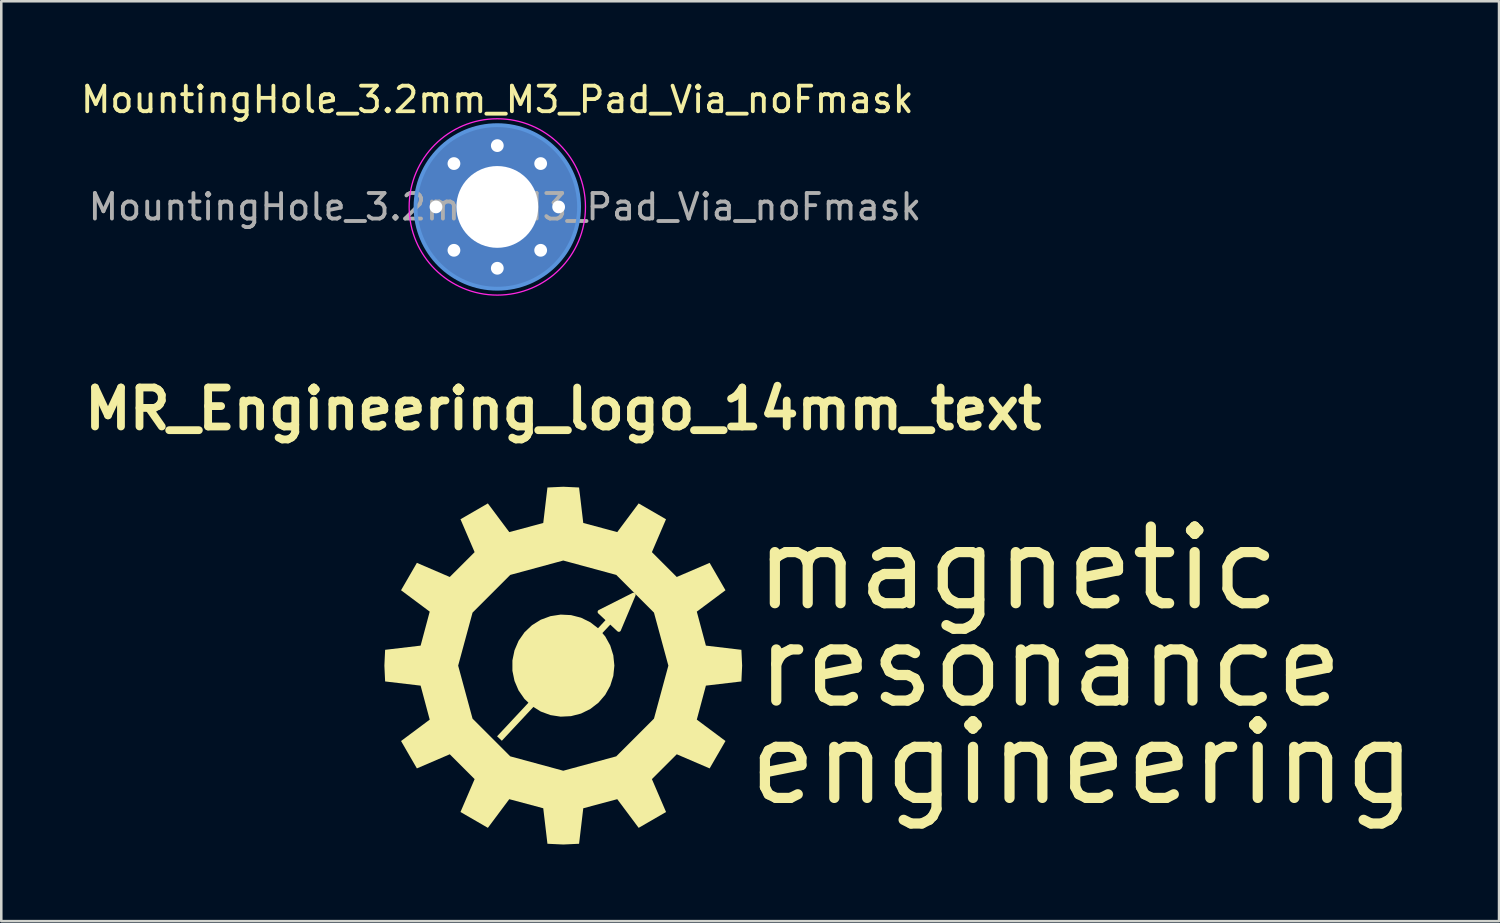
<source format=kicad_pcb>
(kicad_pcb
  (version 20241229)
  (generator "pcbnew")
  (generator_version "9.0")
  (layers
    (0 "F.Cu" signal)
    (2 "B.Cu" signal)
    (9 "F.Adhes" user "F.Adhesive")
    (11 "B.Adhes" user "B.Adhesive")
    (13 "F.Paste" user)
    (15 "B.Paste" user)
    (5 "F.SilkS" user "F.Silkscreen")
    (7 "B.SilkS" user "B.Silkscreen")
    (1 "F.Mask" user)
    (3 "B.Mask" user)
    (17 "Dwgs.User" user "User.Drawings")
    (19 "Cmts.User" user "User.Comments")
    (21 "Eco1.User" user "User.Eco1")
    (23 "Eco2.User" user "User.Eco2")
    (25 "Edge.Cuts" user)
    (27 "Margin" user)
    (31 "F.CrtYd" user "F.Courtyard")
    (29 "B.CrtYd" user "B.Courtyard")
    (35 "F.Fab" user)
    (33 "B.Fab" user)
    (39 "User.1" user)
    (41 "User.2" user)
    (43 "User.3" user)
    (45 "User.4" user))
  (footprint "MR_Engineering_logo_14mm_text"
    (layer "F.Cu")
    (at 18.992 22.998)
    (property "Reference" "MR_Engineering_logo_14mm_text" (at 0 -10.048 0) (layer "F.SilkS") (effects (font (size 1.524 1.524) (thickness 0.305))))
    (attr smd)
    (fp_poly (pts (xy 1.427 -2.103) (xy 2.75 -2.77) (xy 2.175 -1.405) (xy 1.427 -2.103)) (stroke (width 0.165) (type solid)) (fill yes) (layer "F.SilkS"))
    (fp_poly (pts (xy 2.467 -2.65) (xy -2.59 2.766) (xy -2.404 2.94) (xy 2.653 -2.477) (xy 2.467 -2.65)) (stroke (width 0) (type solid)) (fill yes) (layer "F.SilkS"))
    (fp_poly (pts (xy 2 0) (xy 1.959 0.403) (xy 1.838 0.789) (xy 1.642 1.143) (xy 1.378 1.45) (xy 1.058 1.697) (xy 0.695 1.876) (xy 0.303 1.977) (xy -0.101 1.997) (xy -0.501 1.936) (xy -0.881 1.796) (xy -1.224 1.582) (xy -1.518 1.303) (xy -1.749 0.971) (xy -1.908 0.599) (xy -1.99 0.202) (xy -1.99 -0.202) (xy -1.908 -0.599) (xy -1.749 -0.971) (xy -1.518 -1.303) (xy -1.224 -1.582) (xy -0.881 -1.796) (xy -0.501 -1.936) (xy -0.101 -1.997) (xy 0.303 -1.977) (xy 0.695 -1.876) (xy 1.058 -1.697) (xy 1.378 -1.45) (xy 1.642 -1.143) (xy 1.838 -0.789) (xy 1.959 -0.403) (xy 2 0)) (stroke (width 0) (type solid)) (fill yes) (layer "F.SilkS"))
    (fp_poly (pts (xy 2.074 -3.55) (xy 3.55 -2.074) (xy 4.113 0) (xy 3.55 2.074) (xy 2.074 3.55) (xy 0.000064 4.113) (xy -2.074 3.55) (xy -3.55 2.074) (xy -4.113 0) (xy -3.55 -2.074) (xy -2.074 -3.55) (xy 0.000064 -4.113) (xy 2.074 -3.55) (xy 6.971 0.619) (xy 7 0) (xy 6.971 -0.619) (xy 5.582 -0.783) (xy 5.226 -2.113) (xy 6.348 -2.95) (xy 5.728 -4.022) (xy 4.441 -3.469) (xy 3.469 -4.441) (xy 4.021 -5.728) (xy 2.95 -6.348) (xy 2.113 -5.226) (xy 0.783 -5.582) (xy 0.619 -6.971) (xy -0.000127 -7) (xy -0.619 -6.971) (xy -0.783 -5.582) (xy -2.113 -5.226) (xy -2.951 -6.348) (xy -4.022 -5.728) (xy -3.469 -4.441) (xy -4.442 -3.469) (xy -5.728 -4.022) (xy -6.348 -2.95) (xy -5.226 -2.113) (xy -5.582 -0.783) (xy -6.971 -0.619) (xy -7 0) (xy -6.971 0.619) (xy -5.582 0.783) (xy -5.226 2.113) (xy -6.348 2.95) (xy -5.728 4.022) (xy -4.441 3.469) (xy -3.469 4.441) (xy -4.022 5.728) (xy -2.95 6.348) (xy -2.113 5.226) (xy -0.783 5.582) (xy -0.619 6.971) (xy 0.000127 7) (xy 0.619 6.971) (xy 0.783 5.582) (xy 2.113 5.226) (xy 2.951 6.348) (xy 4.022 5.728) (xy 3.469 4.441) (xy 4.442 3.469) (xy 5.728 4.022) (xy 6.348 2.95) (xy 5.226 2.113) (xy 5.582 0.783) (xy 6.971 0.619)) (stroke (width 0) (type solid)) (fill yes) (layer "F.SilkS"))
    (fp_text user "engineering" (at 20.32 3.81 0) (layer "F.SilkS") (effects (font (size 3 3) (thickness 0.4))))
    (fp_text user "magnetic" (at 17.78 -3.81 0) (layer "F.SilkS") (effects (font (size 3 3) (thickness 0.4))))
    (fp_text user "resonance" (at 19.05 0 0) (layer "F.SilkS") (effects (font (size 3 3) (thickness 0.4)))))
  (footprint "MountingHole_3.2mm_M3_Pad_Via_noFmask"
    (layer "F.Cu")
    (at 16.411 5.048)
    (property "Reference" "MountingHole_3.2mm_M3_Pad_Via_noFmask" (at 0 -4.2 0) (layer "F.SilkS") (effects (font (size 1 1) (thickness 0.15))))
    (attr exclude_from_pos_files exclude_from_bom)
    (fp_circle (center 0 0) (end 3.2 0) (stroke (width 0.15) (type solid)) (fill no) (layer "Cmts.User"))
    (fp_circle (center 0 0) (end 3.45 0) (stroke (width 0.05) (type solid)) (fill no) (layer "F.CrtYd"))
    (fp_text user "${REFERENCE}" (at 0.3 0 0) (layer "F.Fab") (effects (font (size 1 1) (thickness 0.15))))
    (pad "1" thru_hole circle (at -2.4 0) (size 0.8 0.8) (drill 0.5) (layers "*.Cu" "B.Mask"))
    (pad "1" thru_hole circle (at -1.697 -1.697) (size 0.8 0.8) (drill 0.5) (layers "*.Cu" "B.Mask"))
    (pad "1" thru_hole circle (at -1.697 1.697) (size 0.8 0.8) (drill 0.5) (layers "*.Cu" "B.Mask"))
    (pad "1" thru_hole circle (at 0 -2.4) (size 0.8 0.8) (drill 0.5) (layers "*.Cu" "B.Mask"))
    (pad "1" thru_hole circle (at 0 0) (size 6.4 6.4) (drill 3.2) (layers "*.Cu" "B.Mask"))
    (pad "1" thru_hole circle (at 0 2.4) (size 0.8 0.8) (drill 0.5) (layers "*.Cu" "B.Mask"))
    (pad "1" thru_hole circle (at 1.697 -1.697) (size 0.8 0.8) (drill 0.5) (layers "*.Cu" "B.Mask"))
    (pad "1" thru_hole circle (at 1.697 1.697) (size 0.8 0.8) (drill 0.5) (layers "*.Cu" "B.Mask"))
    (pad "1" thru_hole circle (at 2.4 0) (size 0.8 0.8) (drill 0.5) (layers "*.Cu" "B.Mask")))
  (gr_rect
    (start -3 -3)
    (end 55.612 32.998)
    (stroke (width 0.1) (type default))
    (fill no)
    (layer "Edge.Cuts")))
</source>
